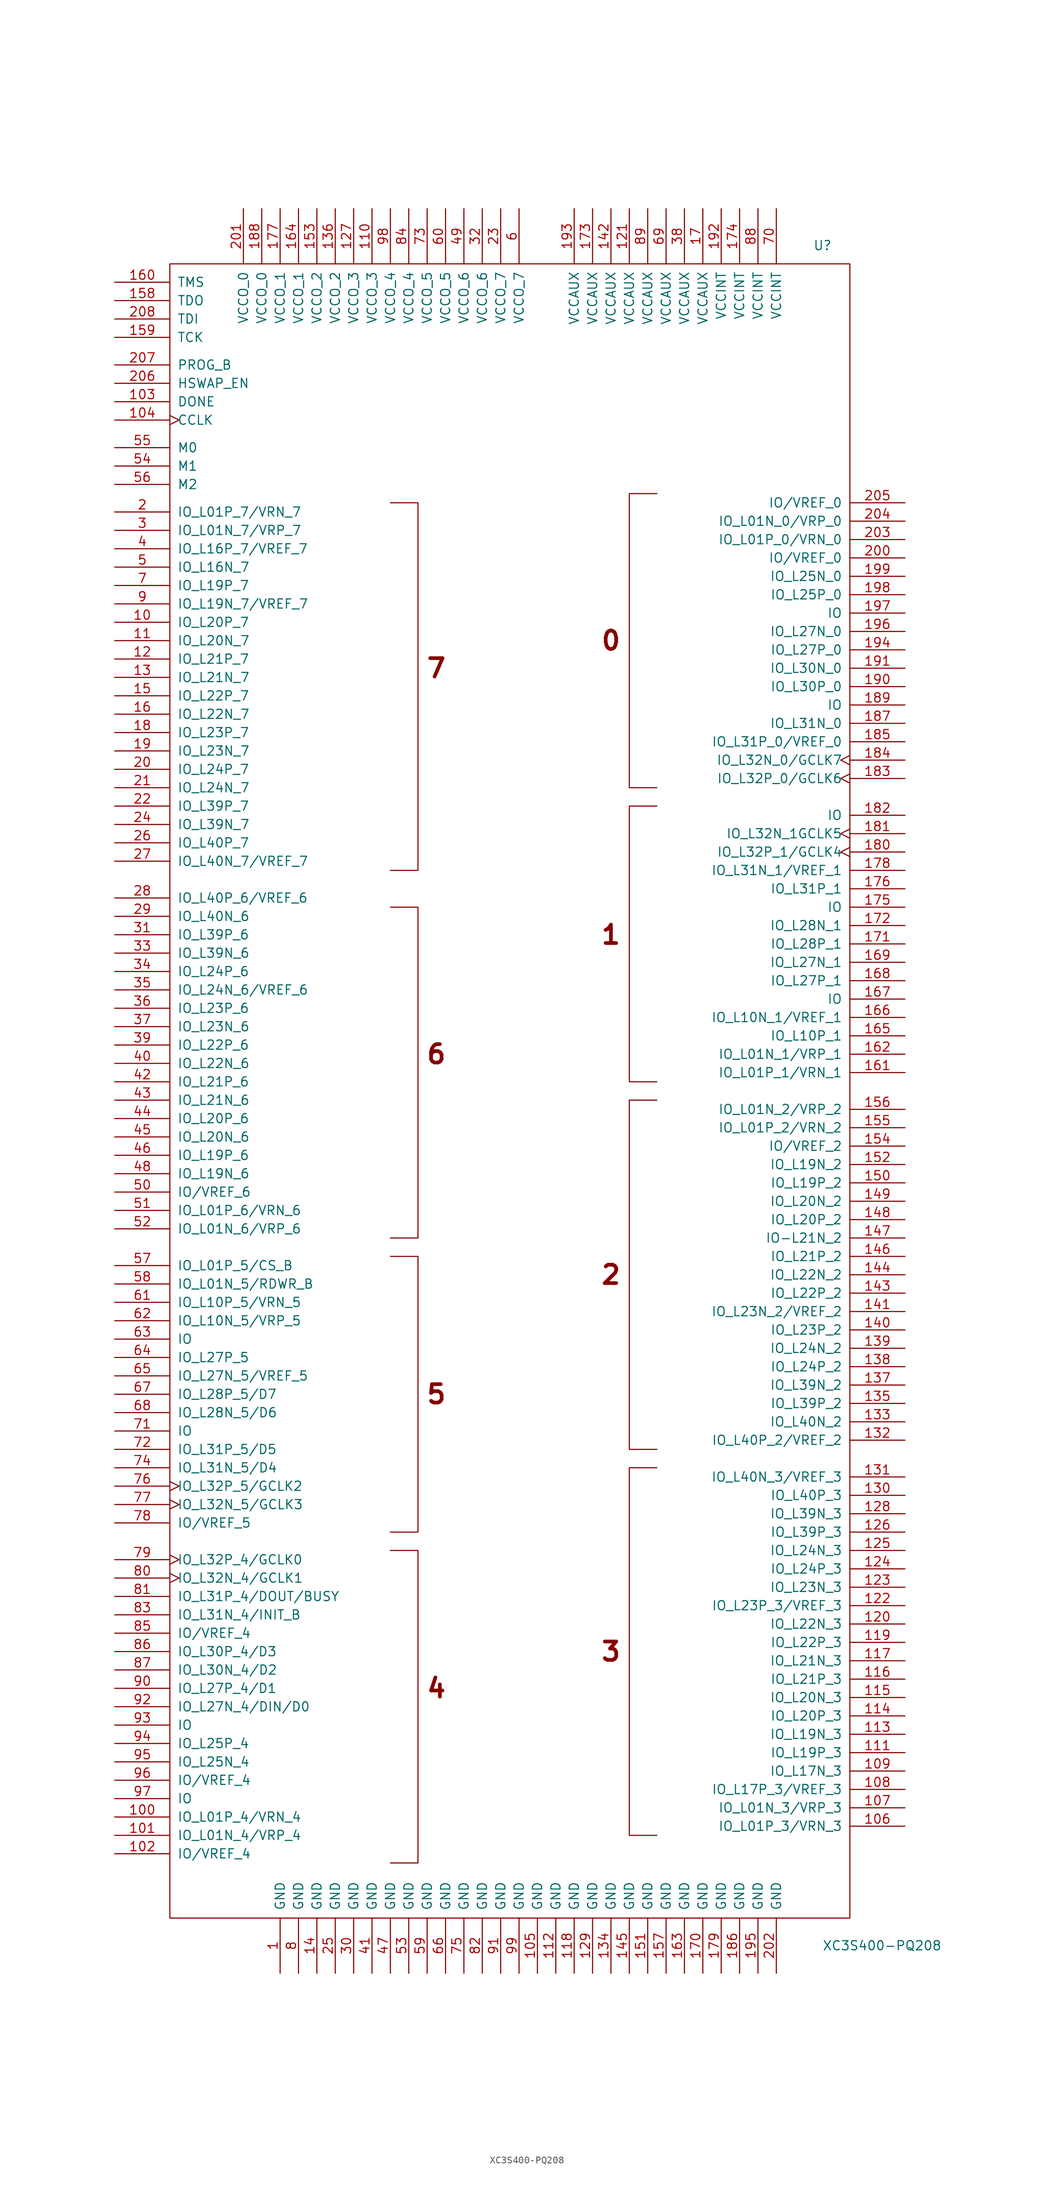
<source format=kicad_sym>
(kicad_symbol_lib
  (version 20211014)
  (generator kicad_symbol_editor)
  (symbol "XC3S400-PQ208"
    (pin_names
      (offset 1.016))
    (property "Reference" "U"
      (at 41.91 116.84 0)
      (effects (font (size 1.27 1.27)) (justify left)))
    (property "Value" "XC3S400-PQ208"
      (at 43.18 -118.11 0)
      (effects (font (size 1.27 1.27)) (justify left)))
    (symbol "XC3S400-PQ208_0_0"
      (text "0" (at 13.97 62.23 0) (effects (font (size 2.54 2.54) bold)))
      (text "1" (at 13.97 21.59 0) (effects (font (size 2.54 2.54) bold)))
      (text "2" (at 13.97 -25.4 0) (effects (font (size 2.54 2.54) bold)))
      (text "3" (at 13.97 -77.47 0) (effects (font (size 2.54 2.54) bold)))
      (text "4" (at -10.16 -82.55 0) (effects (font (size 2.54 2.54) bold)))
      (text "5" (at -10.16 -41.91 0) (effects (font (size 2.54 2.54) bold)))
      (text "6" (at -10.16 5.08 0) (effects (font (size 2.54 2.54) bold)))
      (text "7" (at -10.16 58.42 0) (effects (font (size 2.54 2.54) bold))))
    (symbol "XC3S400-PQ208_0_1"
      (rectangle (start -46.99 114.3) (end 46.99 -114.3) (stroke (width 0) (type default) (color 0 0 0 0)) (fill (type none)))
      (polyline (pts (xy -16.51 -63.5) (xy -12.7 -63.5) (xy -12.7 -106.68) (xy -16.51 -106.68) (xy -15.24 -106.68)) (stroke (width 0) (type default) (color 0 0 0 0)) (fill (type none)))
      (polyline (pts (xy -16.51 -60.96) (xy -12.7 -60.96) (xy -12.7 -22.86) (xy -16.51 -22.86) (xy -16.51 -22.86)) (stroke (width 0) (type default) (color 0 0 0 0)) (fill (type none)))
      (polyline (pts (xy -16.51 -20.32) (xy -12.7 -20.32) (xy -12.7 25.4) (xy -16.51 25.4) (xy -16.51 25.4)) (stroke (width 0) (type default) (color 0 0 0 0)) (fill (type none)))
      (polyline (pts (xy -16.51 30.48) (xy -12.7 30.48) (xy -12.7 81.28) (xy -16.51 81.28) (xy -16.51 81.28)) (stroke (width 0) (type default) (color 0 0 0 0)) (fill (type none)))
      (polyline (pts (xy 20.32 -52.07) (xy 16.51 -52.07) (xy 16.51 -102.87) (xy 20.32 -102.87) (xy 20.32 -102.87)) (stroke (width 0) (type default) (color 0 0 0 0)) (fill (type none)))
      (polyline (pts (xy 20.32 -1.27) (xy 16.51 -1.27) (xy 16.51 -49.53) (xy 20.32 -49.53) (xy 20.32 -49.53)) (stroke (width 0) (type default) (color 0 0 0 0)) (fill (type none)))
      (polyline (pts (xy 20.32 39.37) (xy 16.51 39.37) (xy 16.51 1.27) (xy 20.32 1.27) (xy 20.32 1.27)) (stroke (width 0) (type default) (color 0 0 0 0)) (fill (type none)))
      (polyline (pts (xy 20.32 82.55) (xy 16.51 82.55) (xy 16.51 41.91) (xy 20.32 41.91) (xy 20.32 41.91)) (stroke (width 0) (type default) (color 0 0 0 0)) (fill (type none))))
    (symbol "XC3S400-PQ208_1_1"
      (pin power_in line (at -31.75 -121.92 90) (length 7.62) (name "GND" (effects (font (size 1.27 1.27)))) (number "1" (effects (font (size 1.27 1.27)))))
      (pin bidirectional line (at -54.61 64.77 0) (length 7.62) (name "IO_L20P_7" (effects (font (size 1.27 1.27)))) (number "10" (effects (font (size 1.27 1.27)))))
      (pin bidirectional line (at -54.61 -100.33 0) (length 7.62) (name "IO_L01P_4/VRN_4" (effects (font (size 1.27 1.27)))) (number "100" (effects (font (size 1.27 1.27)))))
      (pin bidirectional line (at -54.61 -102.87 0) (length 7.62) (name "IO_L01N_4/VRP_4" (effects (font (size 1.27 1.27)))) (number "101" (effects (font (size 1.27 1.27)))))
      (pin bidirectional line (at -54.61 -105.41 0) (length 7.62) (name "IO/VREF_4" (effects (font (size 1.27 1.27)))) (number "102" (effects (font (size 1.27 1.27)))))
      (pin bidirectional line (at -54.61 95.25 0) (length 7.62) (name "DONE" (effects (font (size 1.27 1.27)))) (number "103" (effects (font (size 1.27 1.27)))))
      (pin bidirectional clock (at -54.61 92.71 0) (length 7.62) (name "CCLK" (effects (font (size 1.27 1.27)))) (number "104" (effects (font (size 1.27 1.27)))))
      (pin power_in line (at 3.81 -121.92 90) (length 7.62) (name "GND" (effects (font (size 1.27 1.27)))) (number "105" (effects (font (size 1.27 1.27)))))
      (pin bidirectional line (at 54.61 -101.6 180) (length 7.62) (name "IO_L01P_3/VRN_3" (effects (font (size 1.27 1.27)))) (number "106" (effects (font (size 1.27 1.27)))))
      (pin bidirectional line (at 54.61 -99.06 180) (length 7.62) (name "IO_L01N_3/VRP_3" (effects (font (size 1.27 1.27)))) (number "107" (effects (font (size 1.27 1.27)))))
      (pin bidirectional line (at 54.61 -96.52 180) (length 7.62) (name "IO_L17P_3/VREF_3" (effects (font (size 1.27 1.27)))) (number "108" (effects (font (size 1.27 1.27)))))
      (pin bidirectional line (at 54.61 -93.98 180) (length 7.62) (name "IO_L17N_3" (effects (font (size 1.27 1.27)))) (number "109" (effects (font (size 1.27 1.27)))))
      (pin bidirectional line (at -54.61 62.23 0) (length 7.62) (name "IO_L20N_7" (effects (font (size 1.27 1.27)))) (number "11" (effects (font (size 1.27 1.27)))))
      (pin power_in line (at -19.05 121.92 270) (length 7.62) (name "VCCO_3" (effects (font (size 1.27 1.27)))) (number "110" (effects (font (size 1.27 1.27)))))
      (pin bidirectional line (at 54.61 -91.44 180) (length 7.62) (name "IO_L19P_3" (effects (font (size 1.27 1.27)))) (number "111" (effects (font (size 1.27 1.27)))))
      (pin power_in line (at 6.35 -121.92 90) (length 7.62) (name "GND" (effects (font (size 1.27 1.27)))) (number "112" (effects (font (size 1.27 1.27)))))
      (pin bidirectional line (at 54.61 -88.9 180) (length 7.62) (name "IO_L19N_3" (effects (font (size 1.27 1.27)))) (number "113" (effects (font (size 1.27 1.27)))))
      (pin bidirectional line (at 54.61 -86.36 180) (length 7.62) (name "IO_L20P_3" (effects (font (size 1.27 1.27)))) (number "114" (effects (font (size 1.27 1.27)))))
      (pin bidirectional line (at 54.61 -83.82 180) (length 7.62) (name "IO_L20N_3" (effects (font (size 1.27 1.27)))) (number "115" (effects (font (size 1.27 1.27)))))
      (pin bidirectional line (at 54.61 -81.28 180) (length 7.62) (name "IO_L21P_3" (effects (font (size 1.27 1.27)))) (number "116" (effects (font (size 1.27 1.27)))))
      (pin bidirectional line (at 54.61 -78.74 180) (length 7.62) (name "IO_L21N_3" (effects (font (size 1.27 1.27)))) (number "117" (effects (font (size 1.27 1.27)))))
      (pin power_in line (at 8.89 -121.92 90) (length 7.62) (name "GND" (effects (font (size 1.27 1.27)))) (number "118" (effects (font (size 1.27 1.27)))))
      (pin bidirectional line (at 54.61 -76.2 180) (length 7.62) (name "IO_L22P_3" (effects (font (size 1.27 1.27)))) (number "119" (effects (font (size 1.27 1.27)))))
      (pin bidirectional line (at -54.61 59.69 0) (length 7.62) (name "IO_L21P_7" (effects (font (size 1.27 1.27)))) (number "12" (effects (font (size 1.27 1.27)))))
      (pin bidirectional line (at 54.61 -73.66 180) (length 7.62) (name "IO_L22N_3" (effects (font (size 1.27 1.27)))) (number "120" (effects (font (size 1.27 1.27)))))
      (pin power_in line (at 16.51 121.92 270) (length 7.62) (name "VCCAUX" (effects (font (size 1.27 1.27)))) (number "121" (effects (font (size 1.27 1.27)))))
      (pin bidirectional line (at 54.61 -71.12 180) (length 7.62) (name "IO_L23P_3/VREF_3" (effects (font (size 1.27 1.27)))) (number "122" (effects (font (size 1.27 1.27)))))
      (pin bidirectional line (at 54.61 -68.58 180) (length 7.62) (name "IO_L23N_3" (effects (font (size 1.27 1.27)))) (number "123" (effects (font (size 1.27 1.27)))))
      (pin bidirectional line (at 54.61 -66.04 180) (length 7.62) (name "IO_L24P_3" (effects (font (size 1.27 1.27)))) (number "124" (effects (font (size 1.27 1.27)))))
      (pin bidirectional line (at 54.61 -63.5 180) (length 7.62) (name "IO_L24N_3" (effects (font (size 1.27 1.27)))) (number "125" (effects (font (size 1.27 1.27)))))
      (pin bidirectional line (at 54.61 -60.96 180) (length 7.62) (name "IO_L39P_3" (effects (font (size 1.27 1.27)))) (number "126" (effects (font (size 1.27 1.27)))))
      (pin power_in line (at -21.59 121.92 270) (length 7.62) (name "VCCO_3" (effects (font (size 1.27 1.27)))) (number "127" (effects (font (size 1.27 1.27)))))
      (pin bidirectional line (at 54.61 -58.42 180) (length 7.62) (name "IO_L39N_3" (effects (font (size 1.27 1.27)))) (number "128" (effects (font (size 1.27 1.27)))))
      (pin power_in line (at 11.43 -121.92 90) (length 7.62) (name "GND" (effects (font (size 1.27 1.27)))) (number "129" (effects (font (size 1.27 1.27)))))
      (pin bidirectional line (at -54.61 57.15 0) (length 7.62) (name "IO_L21N_7" (effects (font (size 1.27 1.27)))) (number "13" (effects (font (size 1.27 1.27)))))
      (pin bidirectional line (at 54.61 -55.88 180) (length 7.62) (name "IO_L40P_3" (effects (font (size 1.27 1.27)))) (number "130" (effects (font (size 1.27 1.27)))))
      (pin bidirectional line (at 54.61 -53.34 180) (length 7.62) (name "IO_L40N_3/VREF_3" (effects (font (size 1.27 1.27)))) (number "131" (effects (font (size 1.27 1.27)))))
      (pin bidirectional line (at 54.61 -48.26 180) (length 7.62) (name "IO_L40P_2/VREF_2" (effects (font (size 1.27 1.27)))) (number "132" (effects (font (size 1.27 1.27)))))
      (pin bidirectional line (at 54.61 -45.72 180) (length 7.62) (name "IO_L40N_2" (effects (font (size 1.27 1.27)))) (number "133" (effects (font (size 1.27 1.27)))))
      (pin power_in line (at 13.97 -121.92 90) (length 7.62) (name "GND" (effects (font (size 1.27 1.27)))) (number "134" (effects (font (size 1.27 1.27)))))
      (pin bidirectional line (at 54.61 -43.18 180) (length 7.62) (name "IO_L39P_2" (effects (font (size 1.27 1.27)))) (number "135" (effects (font (size 1.27 1.27)))))
      (pin power_in line (at -24.13 121.92 270) (length 7.62) (name "VCCO_2" (effects (font (size 1.27 1.27)))) (number "136" (effects (font (size 1.27 1.27)))))
      (pin bidirectional line (at 54.61 -40.64 180) (length 7.62) (name "IO_L39N_2" (effects (font (size 1.27 1.27)))) (number "137" (effects (font (size 1.27 1.27)))))
      (pin bidirectional line (at 54.61 -38.1 180) (length 7.62) (name "IO_L24P_2" (effects (font (size 1.27 1.27)))) (number "138" (effects (font (size 1.27 1.27)))))
      (pin bidirectional line (at 54.61 -35.56 180) (length 7.62) (name "IO_L24N_2" (effects (font (size 1.27 1.27)))) (number "139" (effects (font (size 1.27 1.27)))))
      (pin power_in line (at -26.67 -121.92 90) (length 7.62) (name "GND" (effects (font (size 1.27 1.27)))) (number "14" (effects (font (size 1.27 1.27)))))
      (pin bidirectional line (at 54.61 -33.02 180) (length 7.62) (name "IO_L23P_2" (effects (font (size 1.27 1.27)))) (number "140" (effects (font (size 1.27 1.27)))))
      (pin bidirectional line (at 54.61 -30.48 180) (length 7.62) (name "IO_L23N_2/VREF_2" (effects (font (size 1.27 1.27)))) (number "141" (effects (font (size 1.27 1.27)))))
      (pin power_in line (at 13.97 121.92 270) (length 7.62) (name "VCCAUX" (effects (font (size 1.27 1.27)))) (number "142" (effects (font (size 1.27 1.27)))))
      (pin bidirectional line (at 54.61 -27.94 180) (length 7.62) (name "IO_L22P_2" (effects (font (size 1.27 1.27)))) (number "143" (effects (font (size 1.27 1.27)))))
      (pin bidirectional line (at 54.61 -25.4 180) (length 7.62) (name "IO_L22N_2" (effects (font (size 1.27 1.27)))) (number "144" (effects (font (size 1.27 1.27)))))
      (pin power_in line (at 16.51 -121.92 90) (length 7.62) (name "GND" (effects (font (size 1.27 1.27)))) (number "145" (effects (font (size 1.27 1.27)))))
      (pin bidirectional line (at 54.61 -22.86 180) (length 7.62) (name "IO_L21P_2" (effects (font (size 1.27 1.27)))) (number "146" (effects (font (size 1.27 1.27)))))
      (pin bidirectional line (at 54.61 -20.32 180) (length 7.62) (name "IO-L21N_2" (effects (font (size 1.27 1.27)))) (number "147" (effects (font (size 1.27 1.27)))))
      (pin bidirectional line (at 54.61 -17.78 180) (length 7.62) (name "IO_L20P_2" (effects (font (size 1.27 1.27)))) (number "148" (effects (font (size 1.27 1.27)))))
      (pin bidirectional line (at 54.61 -15.24 180) (length 7.62) (name "IO_L20N_2" (effects (font (size 1.27 1.27)))) (number "149" (effects (font (size 1.27 1.27)))))
      (pin bidirectional line (at -54.61 54.61 0) (length 7.62) (name "IO_L22P_7" (effects (font (size 1.27 1.27)))) (number "15" (effects (font (size 1.27 1.27)))))
      (pin bidirectional line (at 54.61 -12.7 180) (length 7.62) (name "IO_L19P_2" (effects (font (size 1.27 1.27)))) (number "150" (effects (font (size 1.27 1.27)))))
      (pin power_in line (at 19.05 -121.92 90) (length 7.62) (name "GND" (effects (font (size 1.27 1.27)))) (number "151" (effects (font (size 1.27 1.27)))))
      (pin bidirectional line (at 54.61 -10.16 180) (length 7.62) (name "IO_L19N_2" (effects (font (size 1.27 1.27)))) (number "152" (effects (font (size 1.27 1.27)))))
      (pin power_in line (at -26.67 121.92 270) (length 7.62) (name "VCCO_2" (effects (font (size 1.27 1.27)))) (number "153" (effects (font (size 1.27 1.27)))))
      (pin bidirectional line (at 54.61 -7.62 180) (length 7.62) (name "IO/VREF_2" (effects (font (size 1.27 1.27)))) (number "154" (effects (font (size 1.27 1.27)))))
      (pin bidirectional line (at 54.61 -5.08 180) (length 7.62) (name "IO_L01P_2/VRN_2" (effects (font (size 1.27 1.27)))) (number "155" (effects (font (size 1.27 1.27)))))
      (pin bidirectional line (at 54.61 -2.54 180) (length 7.62) (name "IO_L01N_2/VRP_2" (effects (font (size 1.27 1.27)))) (number "156" (effects (font (size 1.27 1.27)))))
      (pin power_in line (at 21.59 -121.92 90) (length 7.62) (name "GND" (effects (font (size 1.27 1.27)))) (number "157" (effects (font (size 1.27 1.27)))))
      (pin bidirectional line (at -54.61 109.22 0) (length 7.62) (name "TDO" (effects (font (size 1.27 1.27)))) (number "158" (effects (font (size 1.27 1.27)))))
      (pin bidirectional line (at -54.61 104.14 0) (length 7.62) (name "TCK" (effects (font (size 1.27 1.27)))) (number "159" (effects (font (size 1.27 1.27)))))
      (pin bidirectional line (at -54.61 52.07 0) (length 7.62) (name "IO_L22N_7" (effects (font (size 1.27 1.27)))) (number "16" (effects (font (size 1.27 1.27)))))
      (pin bidirectional line (at -54.61 111.76 0) (length 7.62) (name "TMS" (effects (font (size 1.27 1.27)))) (number "160" (effects (font (size 1.27 1.27)))))
      (pin bidirectional line (at 54.61 2.54 180) (length 7.62) (name "IO_L01P_1/VRN_1" (effects (font (size 1.27 1.27)))) (number "161" (effects (font (size 1.27 1.27)))))
      (pin bidirectional line (at 54.61 5.08 180) (length 7.62) (name "IO_L01N_1/VRP_1" (effects (font (size 1.27 1.27)))) (number "162" (effects (font (size 1.27 1.27)))))
      (pin power_in line (at 24.13 -121.92 90) (length 7.62) (name "GND" (effects (font (size 1.27 1.27)))) (number "163" (effects (font (size 1.27 1.27)))))
      (pin power_in line (at -29.21 121.92 270) (length 7.62) (name "VCCO_1" (effects (font (size 1.27 1.27)))) (number "164" (effects (font (size 1.27 1.27)))))
      (pin bidirectional line (at 54.61 7.62 180) (length 7.62) (name "IO_L10P_1" (effects (font (size 1.27 1.27)))) (number "165" (effects (font (size 1.27 1.27)))))
      (pin bidirectional line (at 54.61 10.16 180) (length 7.62) (name "IO_L10N_1/VREF_1" (effects (font (size 1.27 1.27)))) (number "166" (effects (font (size 1.27 1.27)))))
      (pin bidirectional line (at 54.61 12.7 180) (length 7.62) (name "IO" (effects (font (size 1.27 1.27)))) (number "167" (effects (font (size 1.27 1.27)))))
      (pin bidirectional line (at 54.61 15.24 180) (length 7.62) (name "IO_L27P_1" (effects (font (size 1.27 1.27)))) (number "168" (effects (font (size 1.27 1.27)))))
      (pin bidirectional line (at 54.61 17.78 180) (length 7.62) (name "IO_L27N_1" (effects (font (size 1.27 1.27)))) (number "169" (effects (font (size 1.27 1.27)))))
      (pin power_in line (at 26.67 121.92 270) (length 7.62) (name "VCCAUX" (effects (font (size 1.27 1.27)))) (number "17" (effects (font (size 1.27 1.27)))))
      (pin power_in line (at 26.67 -121.92 90) (length 7.62) (name "GND" (effects (font (size 1.27 1.27)))) (number "170" (effects (font (size 1.27 1.27)))))
      (pin bidirectional line (at 54.61 20.32 180) (length 7.62) (name "IO_L28P_1" (effects (font (size 1.27 1.27)))) (number "171" (effects (font (size 1.27 1.27)))))
      (pin bidirectional line (at 54.61 22.86 180) (length 7.62) (name "IO_L28N_1" (effects (font (size 1.27 1.27)))) (number "172" (effects (font (size 1.27 1.27)))))
      (pin power_in line (at 11.43 121.92 270) (length 7.62) (name "VCCAUX" (effects (font (size 1.27 1.27)))) (number "173" (effects (font (size 1.27 1.27)))))
      (pin power_in line (at 31.75 121.92 270) (length 7.62) (name "VCCINT" (effects (font (size 1.27 1.27)))) (number "174" (effects (font (size 1.27 1.27)))))
      (pin bidirectional line (at 54.61 25.4 180) (length 7.62) (name "IO" (effects (font (size 1.27 1.27)))) (number "175" (effects (font (size 1.27 1.27)))))
      (pin bidirectional line (at 54.61 27.94 180) (length 7.62) (name "IO_L31P_1" (effects (font (size 1.27 1.27)))) (number "176" (effects (font (size 1.27 1.27)))))
      (pin power_in line (at -31.75 121.92 270) (length 7.62) (name "VCCO_1" (effects (font (size 1.27 1.27)))) (number "177" (effects (font (size 1.27 1.27)))))
      (pin bidirectional line (at 54.61 30.48 180) (length 7.62) (name "IO_L31N_1/VREF_1" (effects (font (size 1.27 1.27)))) (number "178" (effects (font (size 1.27 1.27)))))
      (pin power_in line (at 29.21 -121.92 90) (length 7.62) (name "GND" (effects (font (size 1.27 1.27)))) (number "179" (effects (font (size 1.27 1.27)))))
      (pin bidirectional line (at -54.61 49.53 0) (length 7.62) (name "IO_L23P_7" (effects (font (size 1.27 1.27)))) (number "18" (effects (font (size 1.27 1.27)))))
      (pin bidirectional clock (at 54.61 33.02 180) (length 7.62) (name "IO_L32P_1/GCLK4" (effects (font (size 1.27 1.27)))) (number "180" (effects (font (size 1.27 1.27)))))
      (pin bidirectional clock (at 54.61 35.56 180) (length 7.62) (name "IO_L32N_1GCLK5" (effects (font (size 1.27 1.27)))) (number "181" (effects (font (size 1.27 1.27)))))
      (pin bidirectional line (at 54.61 38.1 180) (length 7.62) (name "IO" (effects (font (size 1.27 1.27)))) (number "182" (effects (font (size 1.27 1.27)))))
      (pin bidirectional clock (at 54.61 43.18 180) (length 7.62) (name "IO_L32P_0/GCLK6" (effects (font (size 1.27 1.27)))) (number "183" (effects (font (size 1.27 1.27)))))
      (pin bidirectional clock (at 54.61 45.72 180) (length 7.62) (name "IO_L32N_0/GCLK7" (effects (font (size 1.27 1.27)))) (number "184" (effects (font (size 1.27 1.27)))))
      (pin bidirectional line (at 54.61 48.26 180) (length 7.62) (name "IO_L31P_0/VREF_0" (effects (font (size 1.27 1.27)))) (number "185" (effects (font (size 1.27 1.27)))))
      (pin power_in line (at 31.75 -121.92 90) (length 7.62) (name "GND" (effects (font (size 1.27 1.27)))) (number "186" (effects (font (size 1.27 1.27)))))
      (pin bidirectional line (at 54.61 50.8 180) (length 7.62) (name "IO_L31N_0" (effects (font (size 1.27 1.27)))) (number "187" (effects (font (size 1.27 1.27)))))
      (pin power_in line (at -34.29 121.92 270) (length 7.62) (name "VCCO_0" (effects (font (size 1.27 1.27)))) (number "188" (effects (font (size 1.27 1.27)))))
      (pin bidirectional line (at 54.61 53.34 180) (length 7.62) (name "IO" (effects (font (size 1.27 1.27)))) (number "189" (effects (font (size 1.27 1.27)))))
      (pin bidirectional line (at -54.61 46.99 0) (length 7.62) (name "IO_L23N_7" (effects (font (size 1.27 1.27)))) (number "19" (effects (font (size 1.27 1.27)))))
      (pin bidirectional line (at 54.61 55.88 180) (length 7.62) (name "IO_L30P_0" (effects (font (size 1.27 1.27)))) (number "190" (effects (font (size 1.27 1.27)))))
      (pin bidirectional line (at 54.61 58.42 180) (length 7.62) (name "IO_L30N_0" (effects (font (size 1.27 1.27)))) (number "191" (effects (font (size 1.27 1.27)))))
      (pin power_in line (at 29.21 121.92 270) (length 7.62) (name "VCCINT" (effects (font (size 1.27 1.27)))) (number "192" (effects (font (size 1.27 1.27)))))
      (pin power_in line (at 8.89 121.92 270) (length 7.62) (name "VCCAUX" (effects (font (size 1.27 1.27)))) (number "193" (effects (font (size 1.27 1.27)))))
      (pin bidirectional line (at 54.61 60.96 180) (length 7.62) (name "IO_L27P_0" (effects (font (size 1.27 1.27)))) (number "194" (effects (font (size 1.27 1.27)))))
      (pin power_in line (at 34.29 -121.92 90) (length 7.62) (name "GND" (effects (font (size 1.27 1.27)))) (number "195" (effects (font (size 1.27 1.27)))))
      (pin bidirectional line (at 54.61 63.5 180) (length 7.62) (name "IO_L27N_0" (effects (font (size 1.27 1.27)))) (number "196" (effects (font (size 1.27 1.27)))))
      (pin bidirectional line (at 54.61 66.04 180) (length 7.62) (name "IO" (effects (font (size 1.27 1.27)))) (number "197" (effects (font (size 1.27 1.27)))))
      (pin bidirectional line (at 54.61 68.58 180) (length 7.62) (name "IO_L25P_0" (effects (font (size 1.27 1.27)))) (number "198" (effects (font (size 1.27 1.27)))))
      (pin bidirectional line (at 54.61 71.12 180) (length 7.62) (name "IO_L25N_0" (effects (font (size 1.27 1.27)))) (number "199" (effects (font (size 1.27 1.27)))))
      (pin bidirectional line (at -54.61 80.01 0) (length 7.62) (name "IO_L01P_7/VRN_7" (effects (font (size 1.27 1.27)))) (number "2" (effects (font (size 1.27 1.27)))))
      (pin bidirectional line (at -54.61 44.45 0) (length 7.62) (name "IO_L24P_7" (effects (font (size 1.27 1.27)))) (number "20" (effects (font (size 1.27 1.27)))))
      (pin bidirectional line (at 54.61 73.66 180) (length 7.62) (name "IO/VREF_0" (effects (font (size 1.27 1.27)))) (number "200" (effects (font (size 1.27 1.27)))))
      (pin power_in line (at -36.83 121.92 270) (length 7.62) (name "VCCO_0" (effects (font (size 1.27 1.27)))) (number "201" (effects (font (size 1.27 1.27)))))
      (pin power_in line (at 36.83 -121.92 90) (length 7.62) (name "GND" (effects (font (size 1.27 1.27)))) (number "202" (effects (font (size 1.27 1.27)))))
      (pin bidirectional line (at 54.61 76.2 180) (length 7.62) (name "IO_L01P_0/VRN_0" (effects (font (size 1.27 1.27)))) (number "203" (effects (font (size 1.27 1.27)))))
      (pin bidirectional line (at 54.61 78.74 180) (length 7.62) (name "IO_L01N_0/VRP_0" (effects (font (size 1.27 1.27)))) (number "204" (effects (font (size 1.27 1.27)))))
      (pin bidirectional line (at 54.61 81.28 180) (length 7.62) (name "IO/VREF_0" (effects (font (size 1.27 1.27)))) (number "205" (effects (font (size 1.27 1.27)))))
      (pin input line (at -54.61 97.79 0) (length 7.62) (name "HSWAP_EN" (effects (font (size 1.27 1.27)))) (number "206" (effects (font (size 1.27 1.27)))))
      (pin input line (at -54.61 100.33 0) (length 7.62) (name "PROG_B" (effects (font (size 1.27 1.27)))) (number "207" (effects (font (size 1.27 1.27)))))
      (pin bidirectional line (at -54.61 106.68 0) (length 7.62) (name "TDI" (effects (font (size 1.27 1.27)))) (number "208" (effects (font (size 1.27 1.27)))))
      (pin bidirectional line (at -54.61 41.91 0) (length 7.62) (name "IO_L24N_7" (effects (font (size 1.27 1.27)))) (number "21" (effects (font (size 1.27 1.27)))))
      (pin bidirectional line (at -54.61 39.37 0) (length 7.62) (name "IO_L39P_7" (effects (font (size 1.27 1.27)))) (number "22" (effects (font (size 1.27 1.27)))))
      (pin power_in line (at -1.27 121.92 270) (length 7.62) (name "VCCO_7" (effects (font (size 1.27 1.27)))) (number "23" (effects (font (size 1.27 1.27)))))
      (pin bidirectional line (at -54.61 36.83 0) (length 7.62) (name "IO_L39N_7" (effects (font (size 1.27 1.27)))) (number "24" (effects (font (size 1.27 1.27)))))
      (pin power_in line (at -24.13 -121.92 90) (length 7.62) (name "GND" (effects (font (size 1.27 1.27)))) (number "25" (effects (font (size 1.27 1.27)))))
      (pin bidirectional line (at -54.61 34.29 0) (length 7.62) (name "IO_L40P_7" (effects (font (size 1.27 1.27)))) (number "26" (effects (font (size 1.27 1.27)))))
      (pin bidirectional line (at -54.61 31.75 0) (length 7.62) (name "IO_L40N_7/VREF_7" (effects (font (size 1.27 1.27)))) (number "27" (effects (font (size 1.27 1.27)))))
      (pin bidirectional line (at -54.61 26.67 0) (length 7.62) (name "IO_L40P_6/VREF_6" (effects (font (size 1.27 1.27)))) (number "28" (effects (font (size 1.27 1.27)))))
      (pin bidirectional line (at -54.61 24.13 0) (length 7.62) (name "IO_L40N_6" (effects (font (size 1.27 1.27)))) (number "29" (effects (font (size 1.27 1.27)))))
      (pin bidirectional line (at -54.61 77.47 0) (length 7.62) (name "IO_L01N_7/VRP_7" (effects (font (size 1.27 1.27)))) (number "3" (effects (font (size 1.27 1.27)))))
      (pin power_in line (at -21.59 -121.92 90) (length 7.62) (name "GND" (effects (font (size 1.27 1.27)))) (number "30" (effects (font (size 1.27 1.27)))))
      (pin bidirectional line (at -54.61 21.59 0) (length 7.62) (name "IO_L39P_6" (effects (font (size 1.27 1.27)))) (number "31" (effects (font (size 1.27 1.27)))))
      (pin power_in line (at -3.81 121.92 270) (length 7.62) (name "VCCO_6" (effects (font (size 1.27 1.27)))) (number "32" (effects (font (size 1.27 1.27)))))
      (pin bidirectional line (at -54.61 19.05 0) (length 7.62) (name "IO_L39N_6" (effects (font (size 1.27 1.27)))) (number "33" (effects (font (size 1.27 1.27)))))
      (pin bidirectional line (at -54.61 16.51 0) (length 7.62) (name "IO_L24P_6" (effects (font (size 1.27 1.27)))) (number "34" (effects (font (size 1.27 1.27)))))
      (pin bidirectional line (at -54.61 13.97 0) (length 7.62) (name "IO_L24N_6/VREF_6" (effects (font (size 1.27 1.27)))) (number "35" (effects (font (size 1.27 1.27)))))
      (pin bidirectional line (at -54.61 11.43 0) (length 7.62) (name "IO_L23P_6" (effects (font (size 1.27 1.27)))) (number "36" (effects (font (size 1.27 1.27)))))
      (pin bidirectional line (at -54.61 8.89 0) (length 7.62) (name "IO_L23N_6" (effects (font (size 1.27 1.27)))) (number "37" (effects (font (size 1.27 1.27)))))
      (pin power_in line (at 24.13 121.92 270) (length 7.62) (name "VCCAUX" (effects (font (size 1.27 1.27)))) (number "38" (effects (font (size 1.27 1.27)))))
      (pin bidirectional line (at -54.61 6.35 0) (length 7.62) (name "IO_L22P_6" (effects (font (size 1.27 1.27)))) (number "39" (effects (font (size 1.27 1.27)))))
      (pin bidirectional line (at -54.61 74.93 0) (length 7.62) (name "IO_L16P_7/VREF_7" (effects (font (size 1.27 1.27)))) (number "4" (effects (font (size 1.27 1.27)))))
      (pin bidirectional line (at -54.61 3.81 0) (length 7.62) (name "IO_L22N_6" (effects (font (size 1.27 1.27)))) (number "40" (effects (font (size 1.27 1.27)))))
      (pin power_in line (at -19.05 -121.92 90) (length 7.62) (name "GND" (effects (font (size 1.27 1.27)))) (number "41" (effects (font (size 1.27 1.27)))))
      (pin bidirectional line (at -54.61 1.27 0) (length 7.62) (name "IO_L21P_6" (effects (font (size 1.27 1.27)))) (number "42" (effects (font (size 1.27 1.27)))))
      (pin bidirectional line (at -54.61 -1.27 0) (length 7.62) (name "IO_L21N_6" (effects (font (size 1.27 1.27)))) (number "43" (effects (font (size 1.27 1.27)))))
      (pin bidirectional line (at -54.61 -3.81 0) (length 7.62) (name "IO_L20P_6" (effects (font (size 1.27 1.27)))) (number "44" (effects (font (size 1.27 1.27)))))
      (pin bidirectional line (at -54.61 -6.35 0) (length 7.62) (name "IO_L20N_6" (effects (font (size 1.27 1.27)))) (number "45" (effects (font (size 1.27 1.27)))))
      (pin bidirectional line (at -54.61 -8.89 0) (length 7.62) (name "IO_L19P_6" (effects (font (size 1.27 1.27)))) (number "46" (effects (font (size 1.27 1.27)))))
      (pin power_in line (at -16.51 -121.92 90) (length 7.62) (name "GND" (effects (font (size 1.27 1.27)))) (number "47" (effects (font (size 1.27 1.27)))))
      (pin bidirectional line (at -54.61 -11.43 0) (length 7.62) (name "IO_L19N_6" (effects (font (size 1.27 1.27)))) (number "48" (effects (font (size 1.27 1.27)))))
      (pin passive line (at -6.35 121.92 270) (length 7.62) (name "VCCO_6" (effects (font (size 1.27 1.27)))) (number "49" (effects (font (size 1.27 1.27)))))
      (pin bidirectional line (at -54.61 72.39 0) (length 7.62) (name "IO_L16N_7" (effects (font (size 1.27 1.27)))) (number "5" (effects (font (size 1.27 1.27)))))
      (pin bidirectional line (at -54.61 -13.97 0) (length 7.62) (name "IO/VREF_6" (effects (font (size 1.27 1.27)))) (number "50" (effects (font (size 1.27 1.27)))))
      (pin bidirectional line (at -54.61 -16.51 0) (length 7.62) (name "IO_L01P_6/VRN_6" (effects (font (size 1.27 1.27)))) (number "51" (effects (font (size 1.27 1.27)))))
      (pin bidirectional line (at -54.61 -19.05 0) (length 7.62) (name "IO_L01N_6/VRP_6" (effects (font (size 1.27 1.27)))) (number "52" (effects (font (size 1.27 1.27)))))
      (pin power_in line (at -13.97 -121.92 90) (length 7.62) (name "GND" (effects (font (size 1.27 1.27)))) (number "53" (effects (font (size 1.27 1.27)))))
      (pin input line (at -54.61 86.36 0) (length 7.62) (name "M1" (effects (font (size 1.27 1.27)))) (number "54" (effects (font (size 1.27 1.27)))))
      (pin input line (at -54.61 88.9 0) (length 7.62) (name "M0" (effects (font (size 1.27 1.27)))) (number "55" (effects (font (size 1.27 1.27)))))
      (pin input line (at -54.61 83.82 0) (length 7.62) (name "M2" (effects (font (size 1.27 1.27)))) (number "56" (effects (font (size 1.27 1.27)))))
      (pin bidirectional line (at -54.61 -24.13 0) (length 7.62) (name "IO_L01P_5/CS_B" (effects (font (size 1.27 1.27)))) (number "57" (effects (font (size 1.27 1.27)))))
      (pin bidirectional line (at -54.61 -26.67 0) (length 7.62) (name "IO_L01N_5/RDWR_B" (effects (font (size 1.27 1.27)))) (number "58" (effects (font (size 1.27 1.27)))))
      (pin power_in line (at -11.43 -121.92 90) (length 7.62) (name "GND" (effects (font (size 1.27 1.27)))) (number "59" (effects (font (size 1.27 1.27)))))
      (pin power_in line (at 1.27 121.92 270) (length 7.62) (name "VCCO_7" (effects (font (size 1.27 1.27)))) (number "6" (effects (font (size 1.27 1.27)))))
      (pin power_in line (at -8.89 121.92 270) (length 7.62) (name "VCCO_5" (effects (font (size 1.27 1.27)))) (number "60" (effects (font (size 1.27 1.27)))))
      (pin bidirectional line (at -54.61 -29.21 0) (length 7.62) (name "IO_L10P_5/VRN_5" (effects (font (size 1.27 1.27)))) (number "61" (effects (font (size 1.27 1.27)))))
      (pin bidirectional line (at -54.61 -31.75 0) (length 7.62) (name "IO_L10N_5/VRP_5" (effects (font (size 1.27 1.27)))) (number "62" (effects (font (size 1.27 1.27)))))
      (pin bidirectional line (at -54.61 -34.29 0) (length 7.62) (name "IO" (effects (font (size 1.27 1.27)))) (number "63" (effects (font (size 1.27 1.27)))))
      (pin bidirectional line (at -54.61 -36.83 0) (length 7.62) (name "IO_L27P_5" (effects (font (size 1.27 1.27)))) (number "64" (effects (font (size 1.27 1.27)))))
      (pin bidirectional line (at -54.61 -39.37 0) (length 7.62) (name "IO_L27N_5/VREF_5" (effects (font (size 1.27 1.27)))) (number "65" (effects (font (size 1.27 1.27)))))
      (pin power_in line (at -8.89 -121.92 90) (length 7.62) (name "GND" (effects (font (size 1.27 1.27)))) (number "66" (effects (font (size 1.27 1.27)))))
      (pin bidirectional line (at -54.61 -41.91 0) (length 7.62) (name "IO_L28P_5/D7" (effects (font (size 1.27 1.27)))) (number "67" (effects (font (size 1.27 1.27)))))
      (pin bidirectional line (at -54.61 -44.45 0) (length 7.62) (name "IO_L28N_5/D6" (effects (font (size 1.27 1.27)))) (number "68" (effects (font (size 1.27 1.27)))))
      (pin power_in line (at 21.59 121.92 270) (length 7.62) (name "VCCAUX" (effects (font (size 1.27 1.27)))) (number "69" (effects (font (size 1.27 1.27)))))
      (pin bidirectional line (at -54.61 69.85 0) (length 7.62) (name "IO_L19P_7" (effects (font (size 1.27 1.27)))) (number "7" (effects (font (size 1.27 1.27)))))
      (pin power_in line (at 36.83 121.92 270) (length 7.62) (name "VCCINT" (effects (font (size 1.27 1.27)))) (number "70" (effects (font (size 1.27 1.27)))))
      (pin bidirectional line (at -54.61 -46.99 0) (length 7.62) (name "IO" (effects (font (size 1.27 1.27)))) (number "71" (effects (font (size 1.27 1.27)))))
      (pin bidirectional line (at -54.61 -49.53 0) (length 7.62) (name "IO_L31P_5/D5" (effects (font (size 1.27 1.27)))) (number "72" (effects (font (size 1.27 1.27)))))
      (pin power_in line (at -11.43 121.92 270) (length 7.62) (name "VCCO_5" (effects (font (size 1.27 1.27)))) (number "73" (effects (font (size 1.27 1.27)))))
      (pin bidirectional line (at -54.61 -52.07 0) (length 7.62) (name "IO_L31N_5/D4" (effects (font (size 1.27 1.27)))) (number "74" (effects (font (size 1.27 1.27)))))
      (pin power_in line (at -6.35 -121.92 90) (length 7.62) (name "GND" (effects (font (size 1.27 1.27)))) (number "75" (effects (font (size 1.27 1.27)))))
      (pin bidirectional clock (at -54.61 -54.61 0) (length 7.62) (name "IO_L32P_5/GCLK2" (effects (font (size 1.27 1.27)))) (number "76" (effects (font (size 1.27 1.27)))))
      (pin bidirectional clock (at -54.61 -57.15 0) (length 7.62) (name "IO_L32N_5/GCLK3" (effects (font (size 1.27 1.27)))) (number "77" (effects (font (size 1.27 1.27)))))
      (pin bidirectional line (at -54.61 -59.69 0) (length 7.62) (name "IO/VREF_5" (effects (font (size 1.27 1.27)))) (number "78" (effects (font (size 1.27 1.27)))))
      (pin bidirectional clock (at -54.61 -64.77 0) (length 7.62) (name "IO_L32P_4/GCLK0" (effects (font (size 1.27 1.27)))) (number "79" (effects (font (size 1.27 1.27)))))
      (pin power_in line (at -29.21 -121.92 90) (length 7.62) (name "GND" (effects (font (size 1.27 1.27)))) (number "8" (effects (font (size 1.27 1.27)))))
      (pin bidirectional clock (at -54.61 -67.31 0) (length 7.62) (name "IO_L32N_4/GCLK1" (effects (font (size 1.27 1.27)))) (number "80" (effects (font (size 1.27 1.27)))))
      (pin bidirectional line (at -54.61 -69.85 0) (length 7.62) (name "IO_L31P_4/DOUT/BUSY" (effects (font (size 1.27 1.27)))) (number "81" (effects (font (size 1.27 1.27)))))
      (pin power_in line (at -3.81 -121.92 90) (length 7.62) (name "GND" (effects (font (size 1.27 1.27)))) (number "82" (effects (font (size 1.27 1.27)))))
      (pin bidirectional line (at -54.61 -72.39 0) (length 7.62) (name "IO_L31N_4/INIT_B" (effects (font (size 1.27 1.27)))) (number "83" (effects (font (size 1.27 1.27)))))
      (pin power_in line (at -13.97 121.92 270) (length 7.62) (name "VCCO_4" (effects (font (size 1.27 1.27)))) (number "84" (effects (font (size 1.27 1.27)))))
      (pin bidirectional line (at -54.61 -74.93 0) (length 7.62) (name "IO/VREF_4" (effects (font (size 1.27 1.27)))) (number "85" (effects (font (size 1.27 1.27)))))
      (pin bidirectional line (at -54.61 -77.47 0) (length 7.62) (name "IO_L30P_4/D3" (effects (font (size 1.27 1.27)))) (number "86" (effects (font (size 1.27 1.27)))))
      (pin bidirectional line (at -54.61 -80.01 0) (length 7.62) (name "IO_L30N_4/D2" (effects (font (size 1.27 1.27)))) (number "87" (effects (font (size 1.27 1.27)))))
      (pin power_in line (at 34.29 121.92 270) (length 7.62) (name "VCCINT" (effects (font (size 1.27 1.27)))) (number "88" (effects (font (size 1.27 1.27)))))
      (pin power_in line (at 19.05 121.92 270) (length 7.62) (name "VCCAUX" (effects (font (size 1.27 1.27)))) (number "89" (effects (font (size 1.27 1.27)))))
      (pin bidirectional line (at -54.61 67.31 0) (length 7.62) (name "IO_L19N_7/VREF_7" (effects (font (size 1.27 1.27)))) (number "9" (effects (font (size 1.27 1.27)))))
      (pin bidirectional line (at -54.61 -82.55 0) (length 7.62) (name "IO_L27P_4/D1" (effects (font (size 1.27 1.27)))) (number "90" (effects (font (size 1.27 1.27)))))
      (pin power_in line (at -1.27 -121.92 90) (length 7.62) (name "GND" (effects (font (size 1.27 1.27)))) (number "91" (effects (font (size 1.27 1.27)))))
      (pin bidirectional line (at -54.61 -85.09 0) (length 7.62) (name "IO_L27N_4/DIN/D0" (effects (font (size 1.27 1.27)))) (number "92" (effects (font (size 1.27 1.27)))))
      (pin bidirectional line (at -54.61 -87.63 0) (length 7.62) (name "IO" (effects (font (size 1.27 1.27)))) (number "93" (effects (font (size 1.27 1.27)))))
      (pin bidirectional line (at -54.61 -90.17 0) (length 7.62) (name "IO_L25P_4" (effects (font (size 1.27 1.27)))) (number "94" (effects (font (size 1.27 1.27)))))
      (pin bidirectional line (at -54.61 -92.71 0) (length 7.62) (name "IO_L25N_4" (effects (font (size 1.27 1.27)))) (number "95" (effects (font (size 1.27 1.27)))))
      (pin bidirectional line (at -54.61 -95.25 0) (length 7.62) (name "IO/VREF_4" (effects (font (size 1.27 1.27)))) (number "96" (effects (font (size 1.27 1.27)))))
      (pin bidirectional line (at -54.61 -97.79 0) (length 7.62) (name "IO" (effects (font (size 1.27 1.27)))) (number "97" (effects (font (size 1.27 1.27)))))
      (pin power_in line (at -16.51 121.92 270) (length 7.62) (name "VCCO_4" (effects (font (size 1.27 1.27)))) (number "98" (effects (font (size 1.27 1.27)))))
      (pin power_in line (at 1.27 -121.92 90) (length 7.62) (name "GND" (effects (font (size 1.27 1.27)))) (number "99" (effects (font (size 1.27 1.27))))))))
</source>
